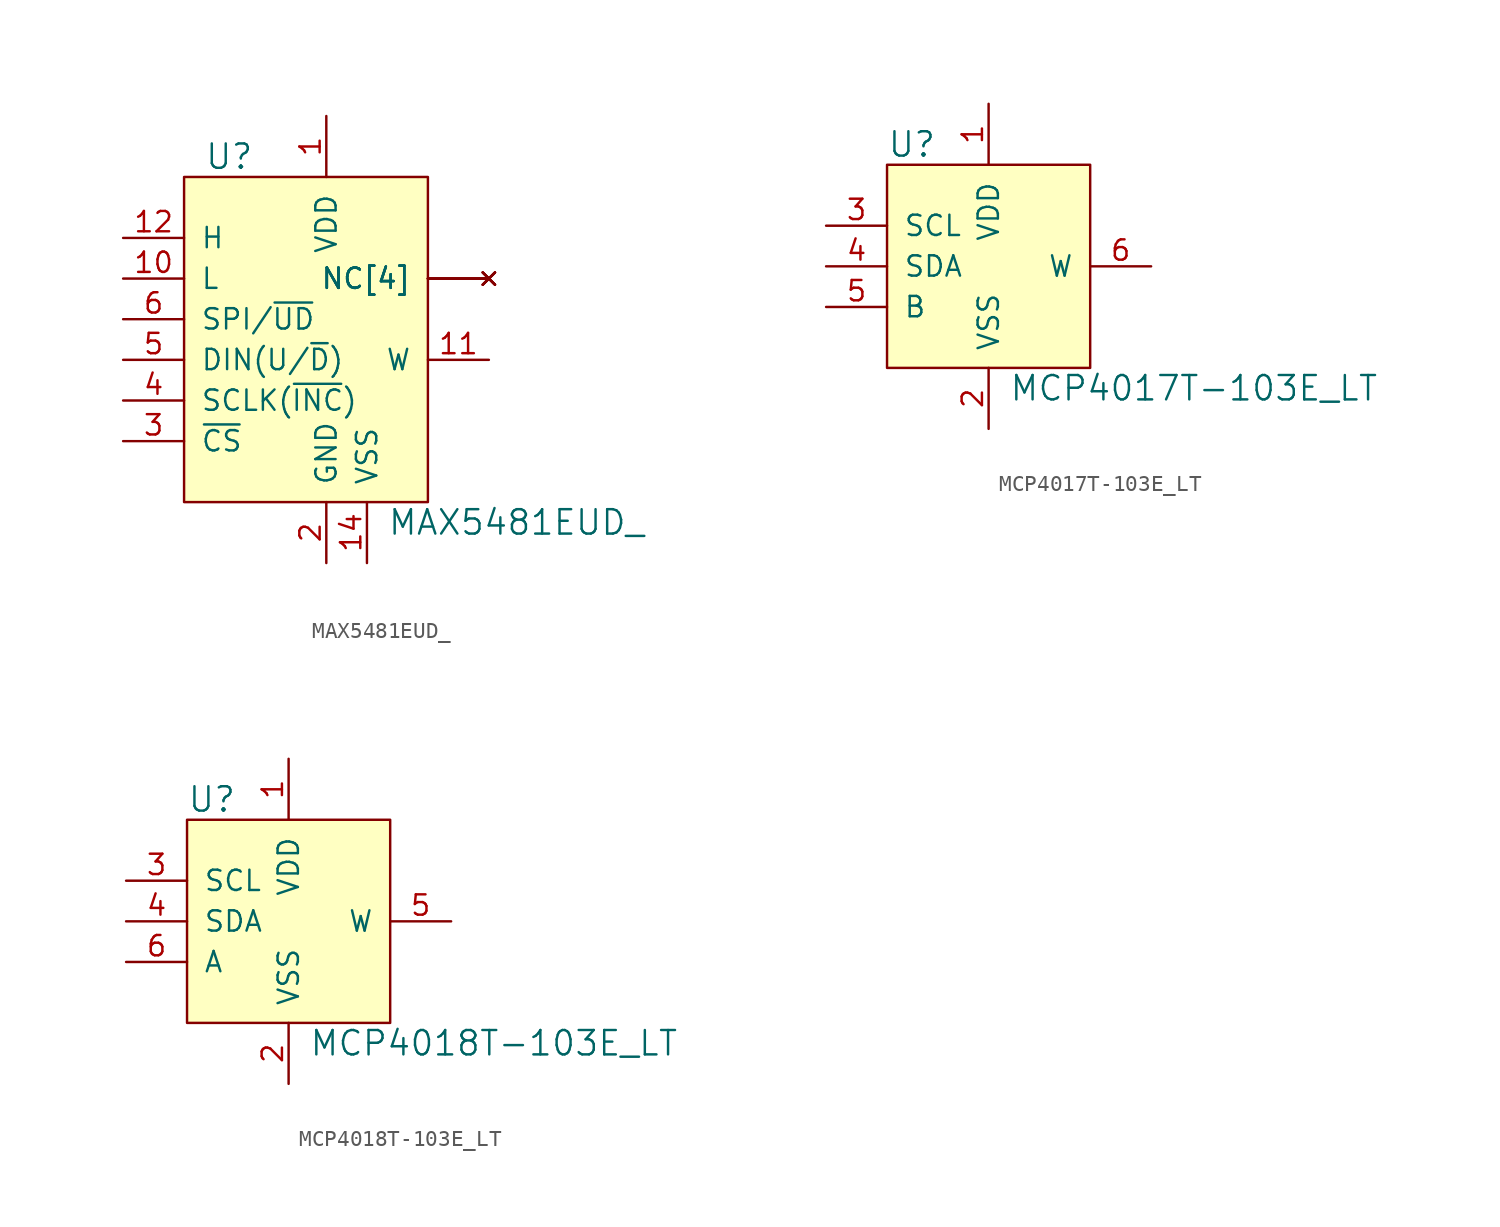
<source format=kicad_sym>
(kicad_symbol_lib
  (version 20220914)
  (generator kicad_symbol_editor)
  (symbol "MAX5481EUD_"
    (pin_names
      (offset 1.016))
    (property "Reference" "U"
      (at -7.62 10.16 0)
      (effects (font (size 1.524 1.524)) (justify left)))
    (property "Value" "MAX5481EUD_"
      (at 3.81 -12.7 0)
      (effects (font (size 1.524 1.524)) (justify left)))
    (symbol "MAX5481EUD__0_1"
      (rectangle (start -8.89 8.89) (end 6.35 -11.43) (stroke (width 0) (type default)) (fill (type background))))
    (symbol "MAX5481EUD__1_1"
      (pin power_in line (at 0 12.7 270) (length 3.81) (name "VDD" (effects (font (size 1.27 1.27)))) (number "1" (effects (font (size 1.27 1.27)))))
      (pin input line (at -12.7 2.54 0) (length 3.81) (name "L" (effects (font (size 1.27 1.27)))) (number "10" (effects (font (size 1.27 1.27)))))
      (pin output line (at 10.16 -2.54 180) (length 3.81) (name "W" (effects (font (size 1.27 1.27)))) (number "11" (effects (font (size 1.27 1.27)))))
      (pin input line (at -12.7 5.08 0) (length 3.81) (name "H" (effects (font (size 1.27 1.27)))) (number "12" (effects (font (size 1.27 1.27)))))
      (pin no_connect line (at 10.16 2.54 180) (length 3.81) (name "NC[4]" (effects (font (size 1.27 1.27)))) (number "13" (effects (font (size 0 0)))))
      (pin power_in line (at 2.54 -15.24 90) (length 3.81) (name "VSS" (effects (font (size 1.27 1.27)))) (number "14" (effects (font (size 1.27 1.27)))))
      (pin power_in line (at 0 -15.24 90) (length 3.81) (name "GND" (effects (font (size 1.27 1.27)))) (number "2" (effects (font (size 1.27 1.27)))))
      (pin input line (at -12.7 -7.62 0) (length 3.81) (name "~{CS}" (effects (font (size 1.27 1.27)))) (number "3" (effects (font (size 1.27 1.27)))))
      (pin input line (at -12.7 -5.08 0) (length 3.81) (name "SCLK(~{INC})" (effects (font (size 1.27 1.27)))) (number "4" (effects (font (size 1.27 1.27)))))
      (pin input line (at -12.7 -2.54 0) (length 3.81) (name "DIN(U/~{D})" (effects (font (size 1.27 1.27)))) (number "5" (effects (font (size 1.27 1.27)))))
      (pin input line (at -12.7 0 0) (length 3.81) (name "SPI/~{UD}" (effects (font (size 1.27 1.27)))) (number "6" (effects (font (size 1.27 1.27)))))
      (pin no_connect line (at 10.16 2.54 180) (length 3.81) (name "NC[4]" (effects (font (size 1.27 1.27)))) (number "7" (effects (font (size 0 0)))))
      (pin no_connect line (at 10.16 2.54 180) (length 3.81) (name "NC[4]" (effects (font (size 1.27 1.27)))) (number "8" (effects (font (size 0 0)))))
      (pin no_connect line (at 10.16 2.54 180) (length 3.81) (name "NC[4]" (effects (font (size 1.27 1.27)))) (number "9" (effects (font (size 0 0)))))))
  (symbol "MCP4017T-103E_LT"
    (pin_names
      (offset 1.016))
    (property "Reference" "U"
      (at -6.35 7.62 0)
      (effects (font (size 1.524 1.524)) (justify left)))
    (property "Value" "MCP4017T-103E_LT"
      (at 1.27 -7.62 0)
      (effects (font (size 1.524 1.524)) (justify left)))
    (symbol "MCP4017T-103E_LT_0_1"
      (rectangle (start -6.35 6.35) (end 6.35 -6.35) (stroke (width 0) (type default)) (fill (type background))))
    (symbol "MCP4017T-103E_LT_1_1"
      (pin power_in line (at 0 10.16 270) (length 3.81) (name "VDD" (effects (font (size 1.27 1.27)))) (number "1" (effects (font (size 1.27 1.27)))))
      (pin power_in line (at 0 -10.16 90) (length 3.81) (name "VSS" (effects (font (size 1.27 1.27)))) (number "2" (effects (font (size 1.27 1.27)))))
      (pin input line (at -10.16 2.54 0) (length 3.81) (name "SCL" (effects (font (size 1.27 1.27)))) (number "3" (effects (font (size 1.27 1.27)))))
      (pin bidirectional line (at -10.16 0 0) (length 3.81) (name "SDA" (effects (font (size 1.27 1.27)))) (number "4" (effects (font (size 1.27 1.27)))))
      (pin input line (at -10.16 -2.54 0) (length 3.81) (name "B" (effects (font (size 1.27 1.27)))) (number "5" (effects (font (size 1.27 1.27)))))
      (pin output line (at 10.16 0 180) (length 3.81) (name "W" (effects (font (size 1.27 1.27)))) (number "6" (effects (font (size 1.27 1.27)))))))
  (symbol "MCP4018T-103E_LT"
    (pin_names
      (offset 1.016))
    (property "Reference" "U"
      (at -6.35 7.62 0)
      (effects (font (size 1.524 1.524)) (justify left)))
    (property "Value" "MCP4018T-103E_LT"
      (at 1.27 -7.62 0)
      (effects (font (size 1.524 1.524)) (justify left)))
    (symbol "MCP4018T-103E_LT_0_1"
      (rectangle (start -6.35 6.35) (end 6.35 -6.35) (stroke (width 0) (type default)) (fill (type background))))
    (symbol "MCP4018T-103E_LT_1_1"
      (pin power_in line (at 0 10.16 270) (length 3.81) (name "VDD" (effects (font (size 1.27 1.27)))) (number "1" (effects (font (size 1.27 1.27)))))
      (pin power_in line (at 0 -10.16 90) (length 3.81) (name "VSS" (effects (font (size 1.27 1.27)))) (number "2" (effects (font (size 1.27 1.27)))))
      (pin input line (at -10.16 2.54 0) (length 3.81) (name "SCL" (effects (font (size 1.27 1.27)))) (number "3" (effects (font (size 1.27 1.27)))))
      (pin bidirectional line (at -10.16 0 0) (length 3.81) (name "SDA" (effects (font (size 1.27 1.27)))) (number "4" (effects (font (size 1.27 1.27)))))
      (pin output line (at 10.16 0 180) (length 3.81) (name "W" (effects (font (size 1.27 1.27)))) (number "5" (effects (font (size 1.27 1.27)))))
      (pin input line (at -10.16 -2.54 0) (length 3.81) (name "A" (effects (font (size 1.27 1.27)))) (number "6" (effects (font (size 1.27 1.27))))))))
</source>
